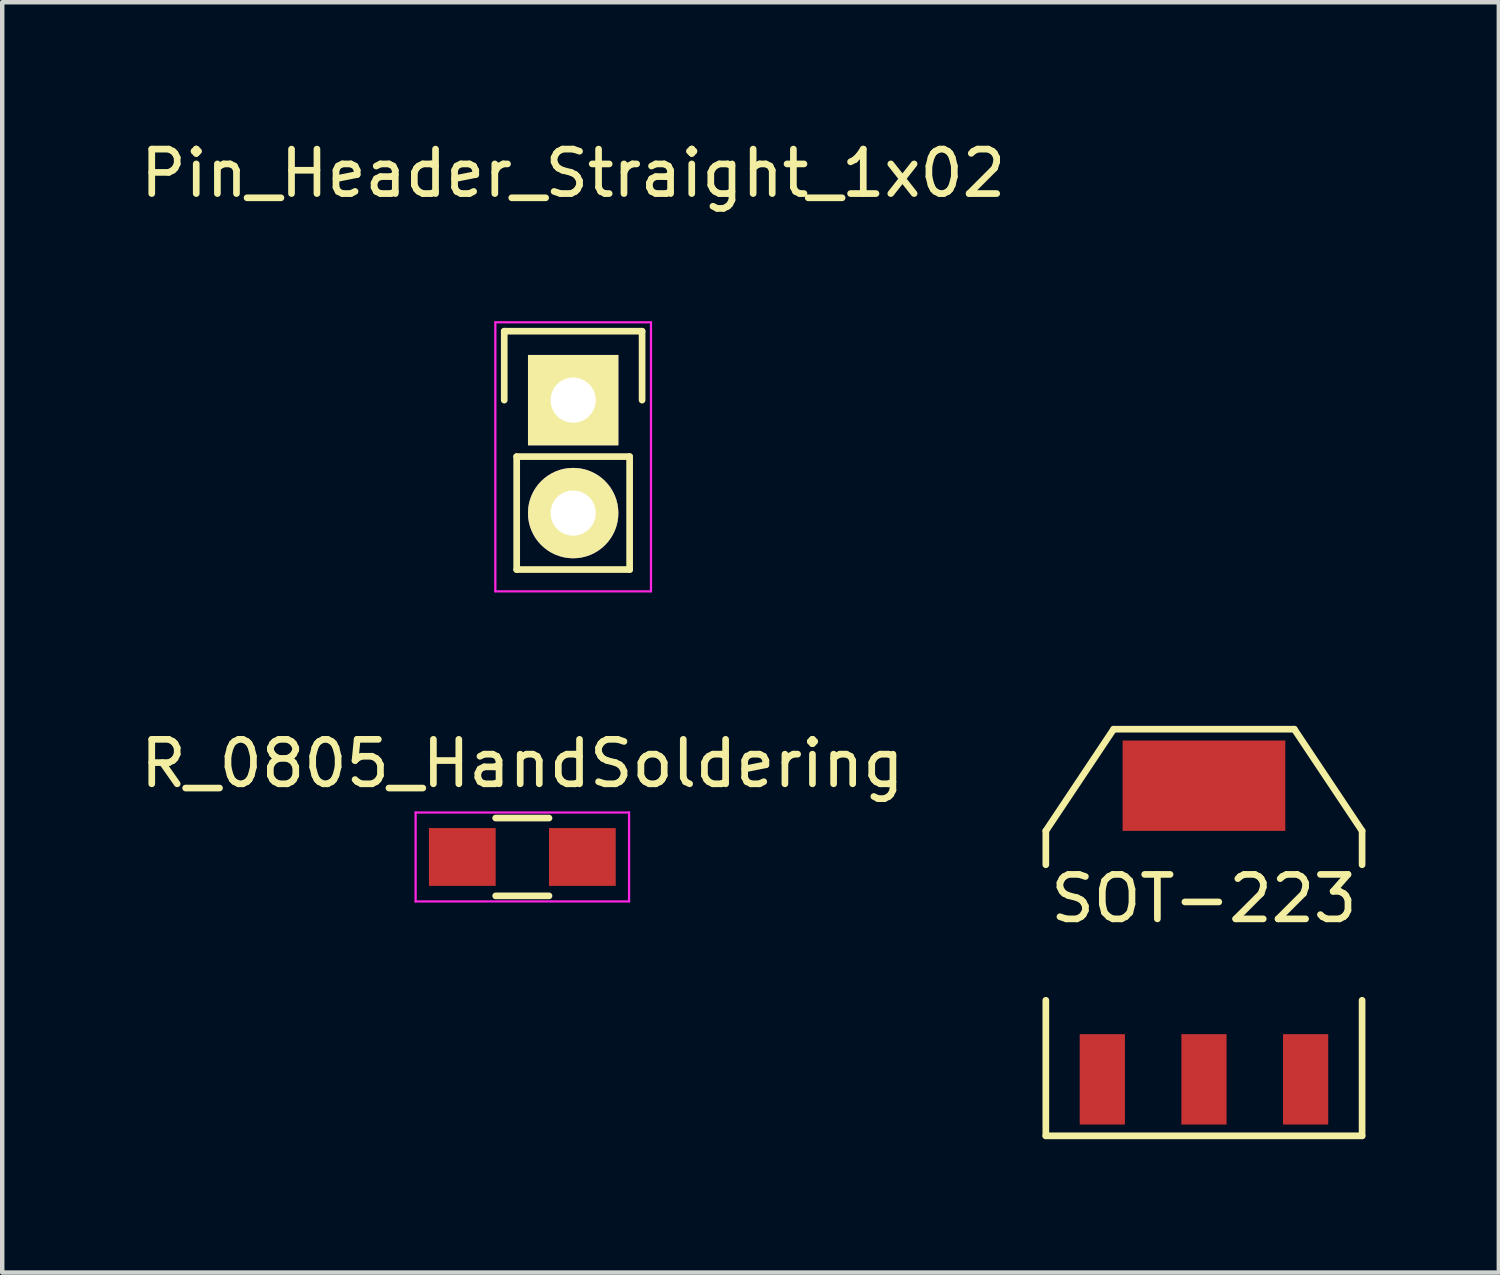
<source format=kicad_pcb>
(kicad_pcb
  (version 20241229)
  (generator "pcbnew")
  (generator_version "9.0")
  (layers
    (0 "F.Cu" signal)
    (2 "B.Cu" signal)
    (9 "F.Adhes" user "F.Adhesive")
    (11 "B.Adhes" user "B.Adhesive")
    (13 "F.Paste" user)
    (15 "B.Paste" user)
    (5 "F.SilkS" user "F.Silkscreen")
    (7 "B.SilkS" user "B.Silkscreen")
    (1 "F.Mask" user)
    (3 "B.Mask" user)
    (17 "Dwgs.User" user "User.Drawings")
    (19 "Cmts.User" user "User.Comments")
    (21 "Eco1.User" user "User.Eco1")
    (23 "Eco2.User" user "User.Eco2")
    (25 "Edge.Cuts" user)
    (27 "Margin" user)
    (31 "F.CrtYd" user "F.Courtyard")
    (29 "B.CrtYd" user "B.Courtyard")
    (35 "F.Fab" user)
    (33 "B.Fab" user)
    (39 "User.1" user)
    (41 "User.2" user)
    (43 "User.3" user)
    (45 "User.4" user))
  (footprint "R_0805_HandSoldering"
    (layer "F.Cu")
    (at 8.696 16.221)
    (property "Reference" "R_0805_HandSoldering" (at 0 -2.1 0) (layer "F.SilkS") (effects (font (size 1 1) (thickness 0.15))))
    (attr smd)
    (fp_line (start -0.6 -0.875) (end 0.6 -0.875) (stroke (width 0.15) (type solid)) (layer "F.SilkS"))
    (fp_line (start 0.6 0.875) (end -0.6 0.875) (stroke (width 0.15) (type solid)) (layer "F.SilkS"))
    (fp_line (start -2.4 -1) (end -2.4 1) (stroke (width 0.05) (type solid)) (layer "F.CrtYd"))
    (fp_line (start -2.4 -1) (end 2.4 -1) (stroke (width 0.05) (type solid)) (layer "F.CrtYd"))
    (fp_line (start -2.4 1) (end 2.4 1) (stroke (width 0.05) (type solid)) (layer "F.CrtYd"))
    (fp_line (start 2.4 -1) (end 2.4 1) (stroke (width 0.05) (type solid)) (layer "F.CrtYd"))
    (pad "1" smd rect (at -1.35 0) (size 1.5 1.3) (layers "F.Cu" "F.Mask" "F.Paste"))
    (pad "2" smd rect (at 1.35 0) (size 1.5 1.3) (layers "F.Cu" "F.Mask" "F.Paste")))
  (footprint "Pin_Header_Straight_1x02"
    (layer "F.Cu")
    (at 9.839 7.218)
    (property "Reference" "Pin_Header_Straight_1x02" (at 0 -6.37 0) (layer "F.SilkS") (effects (font (size 1 1) (thickness 0.15))))
    (attr through_hole)
    (fp_line (start -1.55 -2.82) (end 1.55 -2.82) (stroke (width 0.15) (type solid)) (layer "F.SilkS"))
    (fp_line (start -1.55 -1.27) (end -1.55 -2.82) (stroke (width 0.15) (type solid)) (layer "F.SilkS"))
    (fp_line (start -1.27 0) (end -1.27 2.54) (stroke (width 0.15) (type solid)) (layer "F.SilkS"))
    (fp_line (start -1.27 2.54) (end 1.27 2.54) (stroke (width 0.15) (type solid)) (layer "F.SilkS"))
    (fp_line (start 1.27 0) (end -1.27 0) (stroke (width 0.15) (type solid)) (layer "F.SilkS"))
    (fp_line (start 1.27 0) (end 1.27 2.54) (stroke (width 0.15) (type solid)) (layer "F.SilkS"))
    (fp_line (start 1.55 -2.82) (end 1.55 -1.27) (stroke (width 0.15) (type solid)) (layer "F.SilkS"))
    (fp_line (start -1.75 -3.02) (end -1.75 3.03) (stroke (width 0.05) (type solid)) (layer "F.CrtYd"))
    (fp_line (start -1.75 -3.02) (end 1.75 -3.02) (stroke (width 0.05) (type solid)) (layer "F.CrtYd"))
    (fp_line (start -1.75 3.03) (end 1.75 3.03) (stroke (width 0.05) (type solid)) (layer "F.CrtYd"))
    (fp_line (start 1.75 -3.02) (end 1.75 3.03) (stroke (width 0.05) (type solid)) (layer "F.CrtYd"))
    (pad "1" thru_hole rect (at 0 -1.27) (size 2.032 2.032) (drill 1.016) (layers "*.Cu" "*.Mask" "F.SilkS"))
    (pad "2" thru_hole oval (at 0 1.27) (size 2.032 2.032) (drill 1.016) (layers "*.Cu" "*.Mask" "F.SilkS")))
  (footprint "SOT-223"
    (layer "F.Cu")
    (at 24.024 17.92)
    (property "Reference" "SOT-223" (at 0 -0.762 0) (layer "F.SilkS") (effects (font (size 1 1) (thickness 0.15))))
    (attr smd)
    (fp_line (start -3.556 -2.286) (end -2.032 -4.572) (stroke (width 0.15) (type solid)) (layer "F.SilkS"))
    (fp_line (start -3.556 -1.524) (end -3.556 -2.286) (stroke (width 0.15) (type solid)) (layer "F.SilkS"))
    (fp_line (start -3.556 1.524) (end -3.556 4.572) (stroke (width 0.15) (type solid)) (layer "F.SilkS"))
    (fp_line (start -3.556 4.572) (end 3.556 4.572) (stroke (width 0.15) (type solid)) (layer "F.SilkS"))
    (fp_line (start -2.032 -4.572) (end 2.032 -4.572) (stroke (width 0.15) (type solid)) (layer "F.SilkS"))
    (fp_line (start 2.032 -4.572) (end 3.556 -2.286) (stroke (width 0.15) (type solid)) (layer "F.SilkS"))
    (fp_line (start 3.556 -2.286) (end 3.556 -1.524) (stroke (width 0.15) (type solid)) (layer "F.SilkS"))
    (fp_line (start 3.556 4.572) (end 3.556 1.524) (stroke (width 0.15) (type solid)) (layer "F.SilkS"))
    (pad "1" smd rect (at -2.286 3.302) (size 1.016 2.032) (layers "F.Cu" "F.Mask" "F.Paste"))
    (pad "2" smd rect (at 0 -3.302) (size 3.658 2.032) (layers "F.Cu" "F.Mask" "F.Paste"))
    (pad "2" smd rect (at 0 3.302) (size 1.016 2.032) (layers "F.Cu" "F.Mask" "F.Paste"))
    (pad "3" smd rect (at 2.286 3.302) (size 1.016 2.032) (layers "F.Cu" "F.Mask" "F.Paste")))
  (gr_rect
    (start -3 -3)
    (end 30.655 25.567)
    (stroke (width 0.1) (type default))
    (fill no)
    (layer "Edge.Cuts")))
</source>
